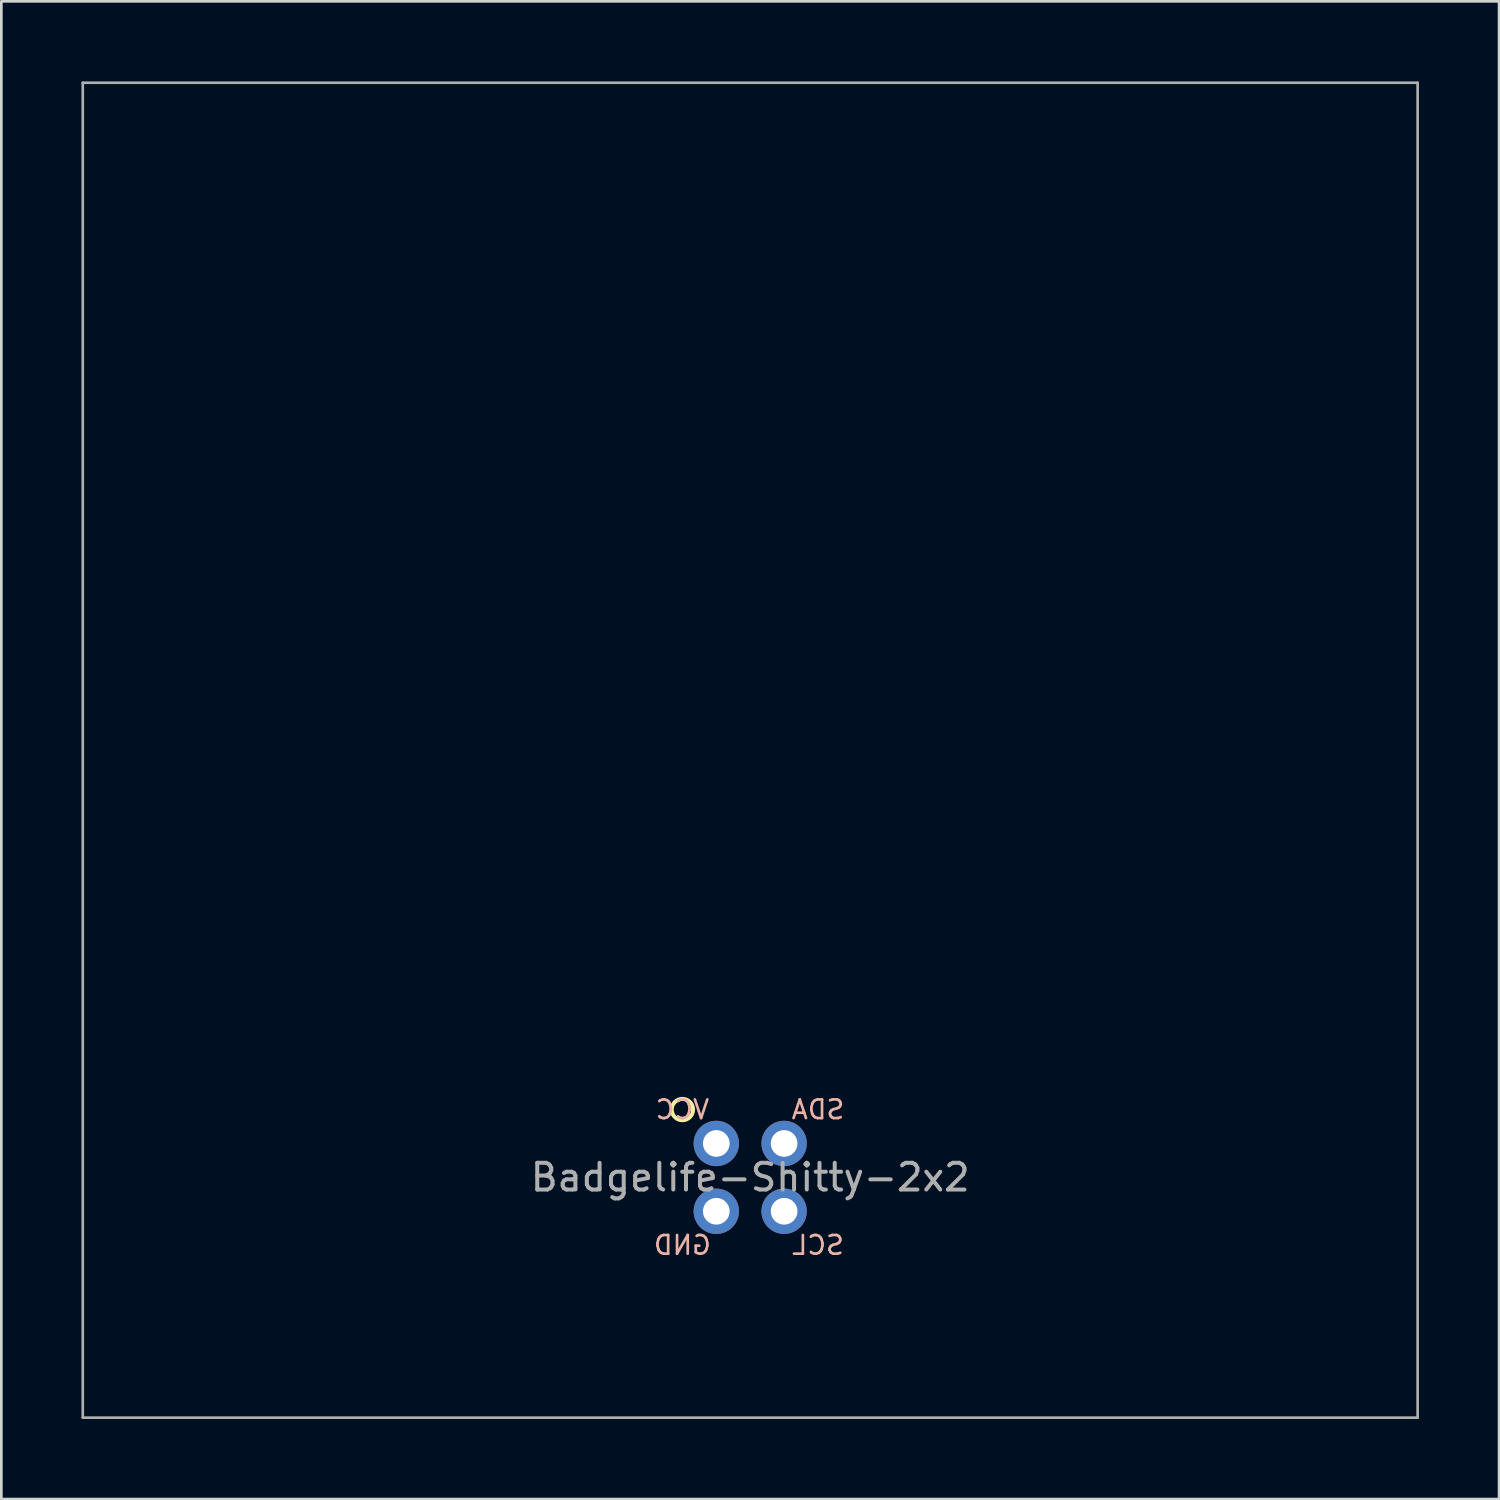
<source format=kicad_pcb>
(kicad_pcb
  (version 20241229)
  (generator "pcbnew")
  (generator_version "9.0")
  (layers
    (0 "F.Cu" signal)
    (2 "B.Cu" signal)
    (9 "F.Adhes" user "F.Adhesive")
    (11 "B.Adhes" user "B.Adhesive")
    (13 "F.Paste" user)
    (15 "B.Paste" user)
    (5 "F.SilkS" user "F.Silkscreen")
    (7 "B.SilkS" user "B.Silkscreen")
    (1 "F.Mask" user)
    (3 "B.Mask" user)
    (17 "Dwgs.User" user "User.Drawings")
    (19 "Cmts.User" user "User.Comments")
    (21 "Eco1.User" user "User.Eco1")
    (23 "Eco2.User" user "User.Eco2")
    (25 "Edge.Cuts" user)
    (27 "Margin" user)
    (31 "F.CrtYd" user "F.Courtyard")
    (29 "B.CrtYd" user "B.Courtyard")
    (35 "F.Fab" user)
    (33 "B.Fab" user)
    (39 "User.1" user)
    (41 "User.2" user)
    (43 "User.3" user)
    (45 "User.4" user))
  (footprint "Badgelife-Shitty-2x2"
    (layer "F.Cu")
    (at 25.05 41.05)
    (property "Reference" "Badgelife-Shitty-2x2" (at 0 0 0) (layer "F.Fab") (effects (font (size 1 1) (thickness 0.15))))
    (attr through_hole)
    (fp_circle (center -2.54 -2.54) (end -2.14 -2.54) (stroke (width 0.15) (type solid)) (fill no) (layer "F.SilkS"))
    (fp_line (start -25 -41) (end -25 9) (stroke (width 0.1) (type solid)) (layer "F.Fab"))
    (fp_line (start -25 -41) (end 25 -41) (stroke (width 0.1) (type solid)) (layer "F.Fab"))
    (fp_line (start -25 9) (end 25 9) (stroke (width 0.1) (type solid)) (layer "F.Fab"))
    (fp_line (start 25 -41) (end 25 9) (stroke (width 0.1) (type solid)) (layer "F.Fab"))
    (fp_text user "VCC" (at -2.54 -2.54 0) (layer "B.SilkS") (effects (font (size 0.7 0.7) (thickness 0.1)) (justify mirror)))
    (fp_text user "SDA" (at 2.54 -2.54 0) (layer "B.SilkS") (effects (font (size 0.7 0.7) (thickness 0.1)) (justify mirror)))
    (fp_text user "GND" (at -2.54 2.54 0) (layer "B.SilkS") (effects (font (size 0.7 0.7) (thickness 0.1)) (justify mirror)))
    (fp_text user "SCL" (at 2.54 2.54 0) (layer "B.SilkS") (effects (font (size 0.7 0.7) (thickness 0.1)) (justify mirror)))
    (pad "1" thru_hole oval (at -1.27 -1.27) (size 1.7 1.7) (drill 1) (layers "*.Cu" "*.Mask"))
    (pad "2" thru_hole oval (at -1.27 1.27) (size 1.7 1.7) (drill 1) (layers "*.Cu" "*.Mask"))
    (pad "3" thru_hole oval (at 1.27 1.27) (size 1.7 1.7) (drill 1) (layers "*.Cu" "*.Mask"))
    (pad "4" thru_hole circle (at 1.27 -1.27) (size 1.7 1.7) (drill 1) (layers "*.Cu" "*.Mask")))
  (gr_rect
    (start -3 -3)
    (end 53.1 53.1)
    (stroke (width 0.1) (type default))
    (fill no)
    (layer "Edge.Cuts")))
</source>
